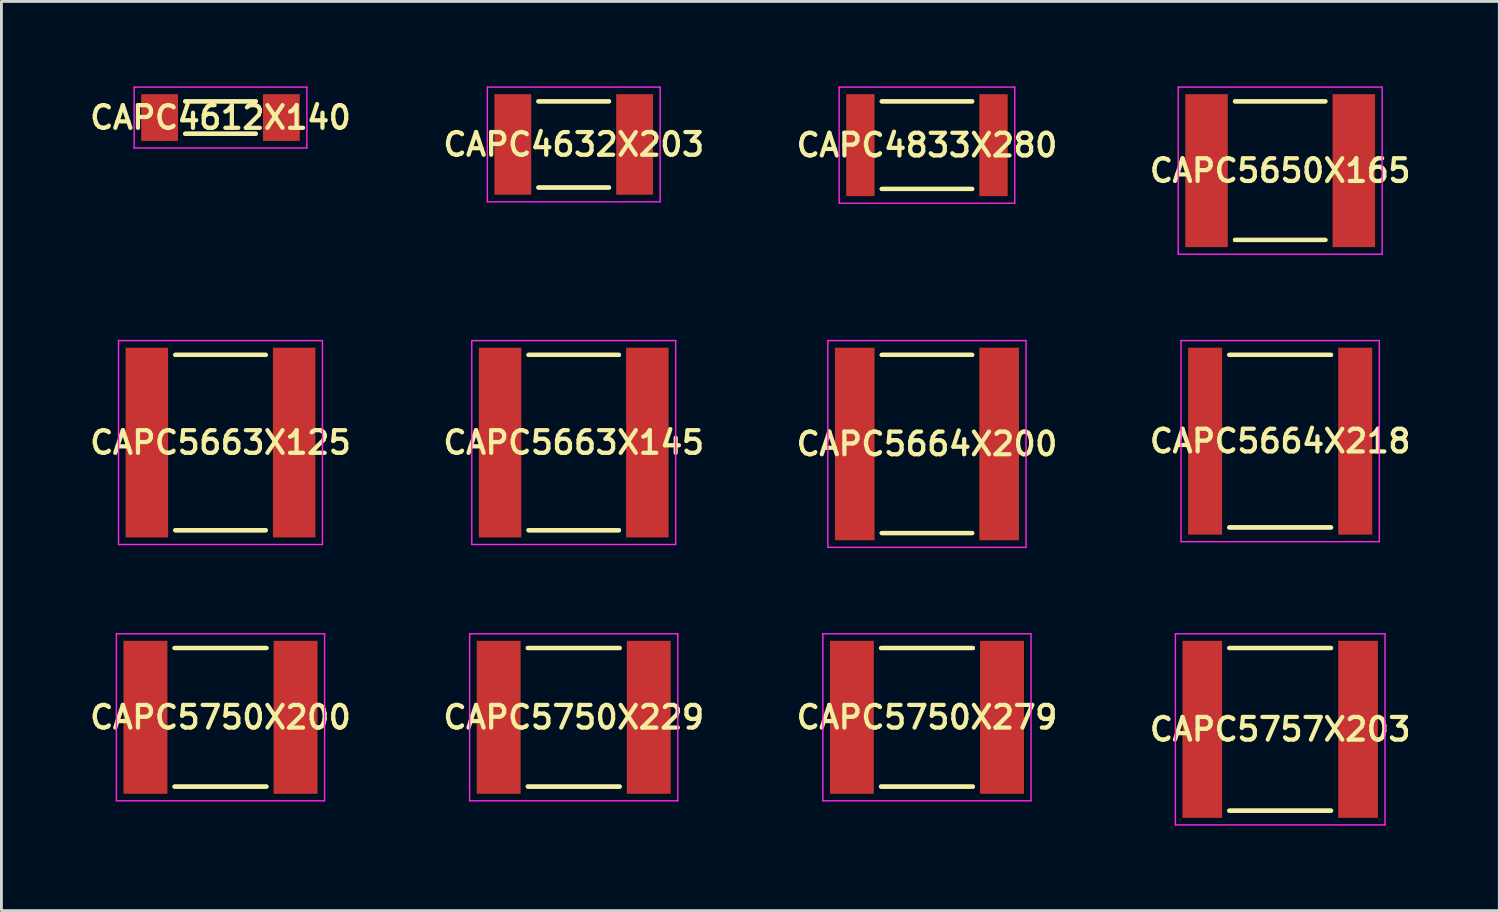
<source format=kicad_pcb>
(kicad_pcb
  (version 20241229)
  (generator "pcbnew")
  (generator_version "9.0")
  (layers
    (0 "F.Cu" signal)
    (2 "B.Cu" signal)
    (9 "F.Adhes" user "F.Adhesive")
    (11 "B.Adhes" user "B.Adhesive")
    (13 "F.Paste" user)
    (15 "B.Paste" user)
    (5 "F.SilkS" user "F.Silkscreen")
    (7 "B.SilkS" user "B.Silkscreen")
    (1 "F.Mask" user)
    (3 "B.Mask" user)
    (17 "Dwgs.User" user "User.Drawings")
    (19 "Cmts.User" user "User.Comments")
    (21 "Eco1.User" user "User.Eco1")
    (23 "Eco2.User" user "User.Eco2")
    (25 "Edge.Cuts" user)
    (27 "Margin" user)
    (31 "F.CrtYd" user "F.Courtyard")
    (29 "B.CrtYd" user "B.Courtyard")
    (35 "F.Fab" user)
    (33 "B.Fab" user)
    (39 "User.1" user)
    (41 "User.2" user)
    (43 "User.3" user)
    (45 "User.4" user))
  (footprint "CAPC5664X200"
    (layer "F.Cu")
    (at 29.677 12.625)
    (property "Reference" "CAPC5664X200" (at 0 0 0) (layer "F.SilkS") (effects (font (size 0.8 0.8) (thickness 0.15))))
    (attr smd)
    (fp_line (start -1.596 -3.146) (end 1.596 -3.146) (stroke (width 0.15) (type solid)) (layer "F.SilkS"))
    (fp_line (start -1.596 3.146) (end 1.596 3.146) (stroke (width 0.15) (type solid)) (layer "F.SilkS"))
    (fp_line (start 1.596 -3.146) (end -1.596 -3.146) (stroke (width 0.15) (type solid)) (layer "F.SilkS"))
    (fp_line (start 1.596 3.146) (end -1.596 3.146) (stroke (width 0.15) (type solid)) (layer "F.SilkS"))
    (fp_line (start -3.5 -3.65) (end 3.5 -3.65) (stroke (width 0.05) (type solid)) (layer "F.CrtYd"))
    (fp_line (start -3.5 3.65) (end -3.5 -3.65) (stroke (width 0.05) (type solid)) (layer "F.CrtYd"))
    (fp_line (start 3.5 -3.65) (end 3.5 3.65) (stroke (width 0.05) (type solid)) (layer "F.CrtYd"))
    (fp_line (start 3.5 3.65) (end -3.5 3.65) (stroke (width 0.05) (type solid)) (layer "F.CrtYd"))
    (pad "1" smd rect (at -2.55 0) (size 1.4 6.8) (layers "F.Cu" "F.Mask" "F.Paste"))
    (pad "2" smd rect (at 2.55 0) (size 1.4 6.8) (layers "F.Cu" "F.Mask" "F.Paste")))
  (footprint "CAPC4632X203"
    (layer "F.Cu")
    (at 17.206 2.05)
    (property "Reference" "CAPC4632X203" (at 0 0 0) (layer "F.SilkS") (effects (font (size 0.8 0.8) (thickness 0.15))))
    (attr smd)
    (fp_line (start -1.246 -1.521) (end 1.246 -1.521) (stroke (width 0.15) (type solid)) (layer "F.SilkS"))
    (fp_line (start -1.246 1.521) (end 1.246 1.521) (stroke (width 0.15) (type solid)) (layer "F.SilkS"))
    (fp_line (start 1.246 -1.521) (end -1.246 -1.521) (stroke (width 0.15) (type solid)) (layer "F.SilkS"))
    (fp_line (start 1.246 1.521) (end -1.246 1.521) (stroke (width 0.15) (type solid)) (layer "F.SilkS"))
    (fp_line (start -3.05 -2.025) (end 3.05 -2.025) (stroke (width 0.05) (type solid)) (layer "F.CrtYd"))
    (fp_line (start -3.05 2.025) (end -3.05 -2.025) (stroke (width 0.05) (type solid)) (layer "F.CrtYd"))
    (fp_line (start 3.05 -2.025) (end 3.05 2.025) (stroke (width 0.05) (type solid)) (layer "F.CrtYd"))
    (fp_line (start 3.05 2.025) (end -3.05 2.025) (stroke (width 0.05) (type solid)) (layer "F.CrtYd"))
    (pad "1" smd rect (at -2.15 0) (size 1.3 3.55) (layers "F.Cu" "F.Mask" "F.Paste"))
    (pad "2" smd rect (at 2.15 0) (size 1.3 3.55) (layers "F.Cu" "F.Mask" "F.Paste")))
  (footprint "CAPC5750X200"
    (layer "F.Cu")
    (at 4.735 22.275)
    (property "Reference" "CAPC5750X200" (at 0 0 0) (layer "F.SilkS") (effects (font (size 0.8 0.8) (thickness 0.15))))
    (attr smd)
    (fp_line (start -1.621 -2.446) (end 1.621 -2.446) (stroke (width 0.15) (type solid)) (layer "F.SilkS"))
    (fp_line (start -1.621 2.446) (end 1.621 2.446) (stroke (width 0.15) (type solid)) (layer "F.SilkS"))
    (fp_line (start 1.621 -2.446) (end -1.621 -2.446) (stroke (width 0.15) (type solid)) (layer "F.SilkS"))
    (fp_line (start 1.621 2.446) (end -1.621 2.446) (stroke (width 0.15) (type solid)) (layer "F.SilkS"))
    (fp_line (start -3.675 -2.95) (end 3.675 -2.95) (stroke (width 0.05) (type solid)) (layer "F.CrtYd"))
    (fp_line (start -3.675 2.95) (end -3.675 -2.95) (stroke (width 0.05) (type solid)) (layer "F.CrtYd"))
    (fp_line (start 3.675 -2.95) (end 3.675 2.95) (stroke (width 0.05) (type solid)) (layer "F.CrtYd"))
    (fp_line (start 3.675 2.95) (end -3.675 2.95) (stroke (width 0.05) (type solid)) (layer "F.CrtYd"))
    (pad "1" smd rect (at -2.65 0) (size 1.55 5.4) (layers "F.Cu" "F.Mask" "F.Paste"))
    (pad "2" smd rect (at 2.65 0) (size 1.55 5.4) (layers "F.Cu" "F.Mask" "F.Paste")))
  (footprint "CAPC4612X140"
    (layer "F.Cu")
    (at 4.735 1.1)
    (property "Reference" "CAPC4612X140" (at 0 0 0) (layer "F.SilkS") (effects (font (size 0.8 0.8) (thickness 0.15))))
    (attr smd)
    (fp_line (start -1.246 -0.571) (end 1.246 -0.571) (stroke (width 0.15) (type solid)) (layer "F.SilkS"))
    (fp_line (start -1.246 0.571) (end 1.246 0.571) (stroke (width 0.15) (type solid)) (layer "F.SilkS"))
    (fp_line (start 1.246 -0.571) (end -1.246 -0.571) (stroke (width 0.15) (type solid)) (layer "F.SilkS"))
    (fp_line (start 1.246 0.571) (end -1.246 0.571) (stroke (width 0.15) (type solid)) (layer "F.SilkS"))
    (fp_line (start -3.05 -1.075) (end 3.05 -1.075) (stroke (width 0.05) (type solid)) (layer "F.CrtYd"))
    (fp_line (start -3.05 1.075) (end -3.05 -1.075) (stroke (width 0.05) (type solid)) (layer "F.CrtYd"))
    (fp_line (start 3.05 -1.075) (end 3.05 1.075) (stroke (width 0.05) (type solid)) (layer "F.CrtYd"))
    (fp_line (start 3.05 1.075) (end -3.05 1.075) (stroke (width 0.05) (type solid)) (layer "F.CrtYd"))
    (pad "1" smd rect (at -2.15 0) (size 1.3 1.65) (layers "F.Cu" "F.Mask" "F.Paste"))
    (pad "2" smd rect (at 2.15 0) (size 1.3 1.65) (layers "F.Cu" "F.Mask" "F.Paste")))
  (footprint "CAPC5650X165"
    (layer "F.Cu")
    (at 42.148 2.975)
    (property "Reference" "CAPC5650X165" (at 0 0 0) (layer "F.SilkS") (effects (font (size 0.8 0.8) (thickness 0.15))))
    (attr smd)
    (fp_line (start -1.596 -2.446) (end 1.596 -2.446) (stroke (width 0.15) (type solid)) (layer "F.SilkS"))
    (fp_line (start -1.596 2.446) (end 1.596 2.446) (stroke (width 0.15) (type solid)) (layer "F.SilkS"))
    (fp_line (start 1.596 -2.446) (end -1.596 -2.446) (stroke (width 0.15) (type solid)) (layer "F.SilkS"))
    (fp_line (start 1.596 2.446) (end -1.596 2.446) (stroke (width 0.15) (type solid)) (layer "F.SilkS"))
    (fp_line (start -3.6 -2.95) (end 3.6 -2.95) (stroke (width 0.05) (type solid)) (layer "F.CrtYd"))
    (fp_line (start -3.6 2.95) (end -3.6 -2.95) (stroke (width 0.05) (type solid)) (layer "F.CrtYd"))
    (fp_line (start 3.6 -2.95) (end 3.6 2.95) (stroke (width 0.05) (type solid)) (layer "F.CrtYd"))
    (fp_line (start 3.6 2.95) (end -3.6 2.95) (stroke (width 0.05) (type solid)) (layer "F.CrtYd"))
    (pad "1" smd rect (at -2.6 0) (size 1.5 5.4) (layers "F.Cu" "F.Mask" "F.Paste"))
    (pad "2" smd rect (at 2.6 0) (size 1.5 5.4) (layers "F.Cu" "F.Mask" "F.Paste")))
  (footprint "CAPC5750X229"
    (layer "F.Cu")
    (at 17.206 22.275)
    (property "Reference" "CAPC5750X229" (at 0 0 0) (layer "F.SilkS") (effects (font (size 0.8 0.8) (thickness 0.15))))
    (attr smd)
    (fp_line (start -1.621 -2.446) (end 1.621 -2.446) (stroke (width 0.15) (type solid)) (layer "F.SilkS"))
    (fp_line (start -1.621 2.446) (end 1.621 2.446) (stroke (width 0.15) (type solid)) (layer "F.SilkS"))
    (fp_line (start 1.621 -2.446) (end -1.621 -2.446) (stroke (width 0.15) (type solid)) (layer "F.SilkS"))
    (fp_line (start 1.621 2.446) (end -1.621 2.446) (stroke (width 0.15) (type solid)) (layer "F.SilkS"))
    (fp_line (start -3.675 -2.95) (end 3.675 -2.95) (stroke (width 0.05) (type solid)) (layer "F.CrtYd"))
    (fp_line (start -3.675 2.95) (end -3.675 -2.95) (stroke (width 0.05) (type solid)) (layer "F.CrtYd"))
    (fp_line (start 3.675 -2.95) (end 3.675 2.95) (stroke (width 0.05) (type solid)) (layer "F.CrtYd"))
    (fp_line (start 3.675 2.95) (end -3.675 2.95) (stroke (width 0.05) (type solid)) (layer "F.CrtYd"))
    (pad "1" smd rect (at -2.65 0) (size 1.55 5.4) (layers "F.Cu" "F.Mask" "F.Paste"))
    (pad "2" smd rect (at 2.65 0) (size 1.55 5.4) (layers "F.Cu" "F.Mask" "F.Paste")))
  (footprint "CAPC5663X145"
    (layer "F.Cu")
    (at 17.206 12.575)
    (property "Reference" "CAPC5663X145" (at 0 0 0) (layer "F.SilkS") (effects (font (size 0.8 0.8) (thickness 0.15))))
    (attr smd)
    (fp_line (start -1.596 -3.096) (end 1.596 -3.096) (stroke (width 0.15) (type solid)) (layer "F.SilkS"))
    (fp_line (start -1.596 3.096) (end 1.596 3.096) (stroke (width 0.15) (type solid)) (layer "F.SilkS"))
    (fp_line (start 1.596 -3.096) (end -1.596 -3.096) (stroke (width 0.15) (type solid)) (layer "F.SilkS"))
    (fp_line (start 1.596 3.096) (end -1.596 3.096) (stroke (width 0.15) (type solid)) (layer "F.SilkS"))
    (fp_line (start -3.6 -3.6) (end 3.6 -3.6) (stroke (width 0.05) (type solid)) (layer "F.CrtYd"))
    (fp_line (start -3.6 3.6) (end -3.6 -3.6) (stroke (width 0.05) (type solid)) (layer "F.CrtYd"))
    (fp_line (start 3.6 -3.6) (end 3.6 3.6) (stroke (width 0.05) (type solid)) (layer "F.CrtYd"))
    (fp_line (start 3.6 3.6) (end -3.6 3.6) (stroke (width 0.05) (type solid)) (layer "F.CrtYd"))
    (pad "1" smd rect (at -2.6 0) (size 1.5 6.7) (layers "F.Cu" "F.Mask" "F.Paste"))
    (pad "2" smd rect (at 2.6 0) (size 1.5 6.7) (layers "F.Cu" "F.Mask" "F.Paste")))
  (footprint "CAPC4833X280"
    (layer "F.Cu")
    (at 29.677 2.075)
    (property "Reference" "CAPC4833X280" (at 0 0 0) (layer "F.SilkS") (effects (font (size 0.8 0.8) (thickness 0.15))))
    (attr smd)
    (fp_line (start -1.596 -1.546) (end 1.596 -1.546) (stroke (width 0.15) (type solid)) (layer "F.SilkS"))
    (fp_line (start -1.596 1.546) (end 1.596 1.546) (stroke (width 0.15) (type solid)) (layer "F.SilkS"))
    (fp_line (start 1.596 -1.546) (end -1.596 -1.546) (stroke (width 0.15) (type solid)) (layer "F.SilkS"))
    (fp_line (start 1.596 1.546) (end -1.596 1.546) (stroke (width 0.15) (type solid)) (layer "F.SilkS"))
    (fp_line (start -3.1 -2.05) (end 3.1 -2.05) (stroke (width 0.05) (type solid)) (layer "F.CrtYd"))
    (fp_line (start -3.1 2.05) (end -3.1 -2.05) (stroke (width 0.05) (type solid)) (layer "F.CrtYd"))
    (fp_line (start 3.1 -2.05) (end 3.1 2.05) (stroke (width 0.05) (type solid)) (layer "F.CrtYd"))
    (fp_line (start 3.1 2.05) (end -3.1 2.05) (stroke (width 0.05) (type solid)) (layer "F.CrtYd"))
    (pad "1" smd rect (at -2.35 0) (size 1 3.6) (layers "F.Cu" "F.Mask" "F.Paste"))
    (pad "2" smd rect (at 2.35 0) (size 1 3.6) (layers "F.Cu" "F.Mask" "F.Paste")))
  (footprint "CAPC5757X203"
    (layer "F.Cu")
    (at 42.148 22.7)
    (property "Reference" "CAPC5757X203" (at 0 0 0) (layer "F.SilkS") (effects (font (size 0.8 0.8) (thickness 0.15))))
    (attr smd)
    (fp_line (start -1.796 -2.871) (end 1.796 -2.871) (stroke (width 0.15) (type solid)) (layer "F.SilkS"))
    (fp_line (start -1.796 2.871) (end 1.796 2.871) (stroke (width 0.15) (type solid)) (layer "F.SilkS"))
    (fp_line (start 1.796 -2.871) (end -1.796 -2.871) (stroke (width 0.15) (type solid)) (layer "F.SilkS"))
    (fp_line (start 1.796 2.871) (end -1.796 2.871) (stroke (width 0.15) (type solid)) (layer "F.SilkS"))
    (fp_line (start -3.7 -3.375) (end 3.7 -3.375) (stroke (width 0.05) (type solid)) (layer "F.CrtYd"))
    (fp_line (start -3.7 3.375) (end -3.7 -3.375) (stroke (width 0.05) (type solid)) (layer "F.CrtYd"))
    (fp_line (start 3.7 -3.375) (end 3.7 3.375) (stroke (width 0.05) (type solid)) (layer "F.CrtYd"))
    (fp_line (start 3.7 3.375) (end -3.7 3.375) (stroke (width 0.05) (type solid)) (layer "F.CrtYd"))
    (pad "1" smd rect (at -2.75 0) (size 1.4 6.25) (layers "F.Cu" "F.Mask" "F.Paste"))
    (pad "2" smd rect (at 2.75 0) (size 1.4 6.25) (layers "F.Cu" "F.Mask" "F.Paste")))
  (footprint "CAPC5663X125"
    (layer "F.Cu")
    (at 4.735 12.575)
    (property "Reference" "CAPC5663X125" (at 0 0 0) (layer "F.SilkS") (effects (font (size 0.8 0.8) (thickness 0.15))))
    (attr smd)
    (fp_line (start -1.596 -3.096) (end 1.596 -3.096) (stroke (width 0.15) (type solid)) (layer "F.SilkS"))
    (fp_line (start -1.596 3.096) (end 1.596 3.096) (stroke (width 0.15) (type solid)) (layer "F.SilkS"))
    (fp_line (start 1.596 -3.096) (end -1.596 -3.096) (stroke (width 0.15) (type solid)) (layer "F.SilkS"))
    (fp_line (start 1.596 3.096) (end -1.596 3.096) (stroke (width 0.15) (type solid)) (layer "F.SilkS"))
    (fp_line (start -3.6 -3.6) (end 3.6 -3.6) (stroke (width 0.05) (type solid)) (layer "F.CrtYd"))
    (fp_line (start -3.6 3.6) (end -3.6 -3.6) (stroke (width 0.05) (type solid)) (layer "F.CrtYd"))
    (fp_line (start 3.6 -3.6) (end 3.6 3.6) (stroke (width 0.05) (type solid)) (layer "F.CrtYd"))
    (fp_line (start 3.6 3.6) (end -3.6 3.6) (stroke (width 0.05) (type solid)) (layer "F.CrtYd"))
    (pad "1" smd rect (at -2.6 0) (size 1.5 6.7) (layers "F.Cu" "F.Mask" "F.Paste"))
    (pad "2" smd rect (at 2.6 0) (size 1.5 6.7) (layers "F.Cu" "F.Mask" "F.Paste")))
  (footprint "CAPC5750X279"
    (layer "F.Cu")
    (at 29.677 22.275)
    (property "Reference" "CAPC5750X279" (at 0 0 0) (layer "F.SilkS") (effects (font (size 0.8 0.8) (thickness 0.15))))
    (attr smd)
    (fp_line (start -1.621 -2.446) (end 1.621 -2.446) (stroke (width 0.15) (type solid)) (layer "F.SilkS"))
    (fp_line (start -1.621 2.446) (end 1.621 2.446) (stroke (width 0.15) (type solid)) (layer "F.SilkS"))
    (fp_line (start 1.621 -2.446) (end -1.621 -2.446) (stroke (width 0.15) (type solid)) (layer "F.SilkS"))
    (fp_line (start 1.621 2.446) (end -1.621 2.446) (stroke (width 0.15) (type solid)) (layer "F.SilkS"))
    (fp_line (start -3.675 -2.95) (end 3.675 -2.95) (stroke (width 0.05) (type solid)) (layer "F.CrtYd"))
    (fp_line (start -3.675 2.95) (end -3.675 -2.95) (stroke (width 0.05) (type solid)) (layer "F.CrtYd"))
    (fp_line (start 3.675 -2.95) (end 3.675 2.95) (stroke (width 0.05) (type solid)) (layer "F.CrtYd"))
    (fp_line (start 3.675 2.95) (end -3.675 2.95) (stroke (width 0.05) (type solid)) (layer "F.CrtYd"))
    (pad "1" smd rect (at -2.65 0) (size 1.55 5.4) (layers "F.Cu" "F.Mask" "F.Paste"))
    (pad "2" smd rect (at 2.65 0) (size 1.55 5.4) (layers "F.Cu" "F.Mask" "F.Paste")))
  (footprint "CAPC5664X218"
    (layer "F.Cu")
    (at 42.148 12.525)
    (property "Reference" "CAPC5664X218" (at 0 0 0) (layer "F.SilkS") (effects (font (size 0.8 0.8) (thickness 0.15))))
    (attr smd)
    (fp_line (start -1.796 -3.046) (end 1.796 -3.046) (stroke (width 0.15) (type solid)) (layer "F.SilkS"))
    (fp_line (start -1.796 3.046) (end 1.796 3.046) (stroke (width 0.15) (type solid)) (layer "F.SilkS"))
    (fp_line (start 1.796 -3.046) (end -1.796 -3.046) (stroke (width 0.15) (type solid)) (layer "F.SilkS"))
    (fp_line (start 1.796 3.046) (end -1.796 3.046) (stroke (width 0.15) (type solid)) (layer "F.SilkS"))
    (fp_line (start -3.5 -3.55) (end 3.5 -3.55) (stroke (width 0.05) (type solid)) (layer "F.CrtYd"))
    (fp_line (start -3.5 3.55) (end -3.5 -3.55) (stroke (width 0.05) (type solid)) (layer "F.CrtYd"))
    (fp_line (start 3.5 -3.55) (end 3.5 3.55) (stroke (width 0.05) (type solid)) (layer "F.CrtYd"))
    (fp_line (start 3.5 3.55) (end -3.5 3.55) (stroke (width 0.05) (type solid)) (layer "F.CrtYd"))
    (pad "1" smd rect (at -2.65 0) (size 1.2 6.6) (layers "F.Cu" "F.Mask" "F.Paste"))
    (pad "2" smd rect (at 2.65 0) (size 1.2 6.6) (layers "F.Cu" "F.Mask" "F.Paste")))
  (gr_rect
    (start -3 -3)
    (end 49.884 29.1)
    (stroke (width 0.1) (type default))
    (fill no)
    (layer "Edge.Cuts")))
</source>
